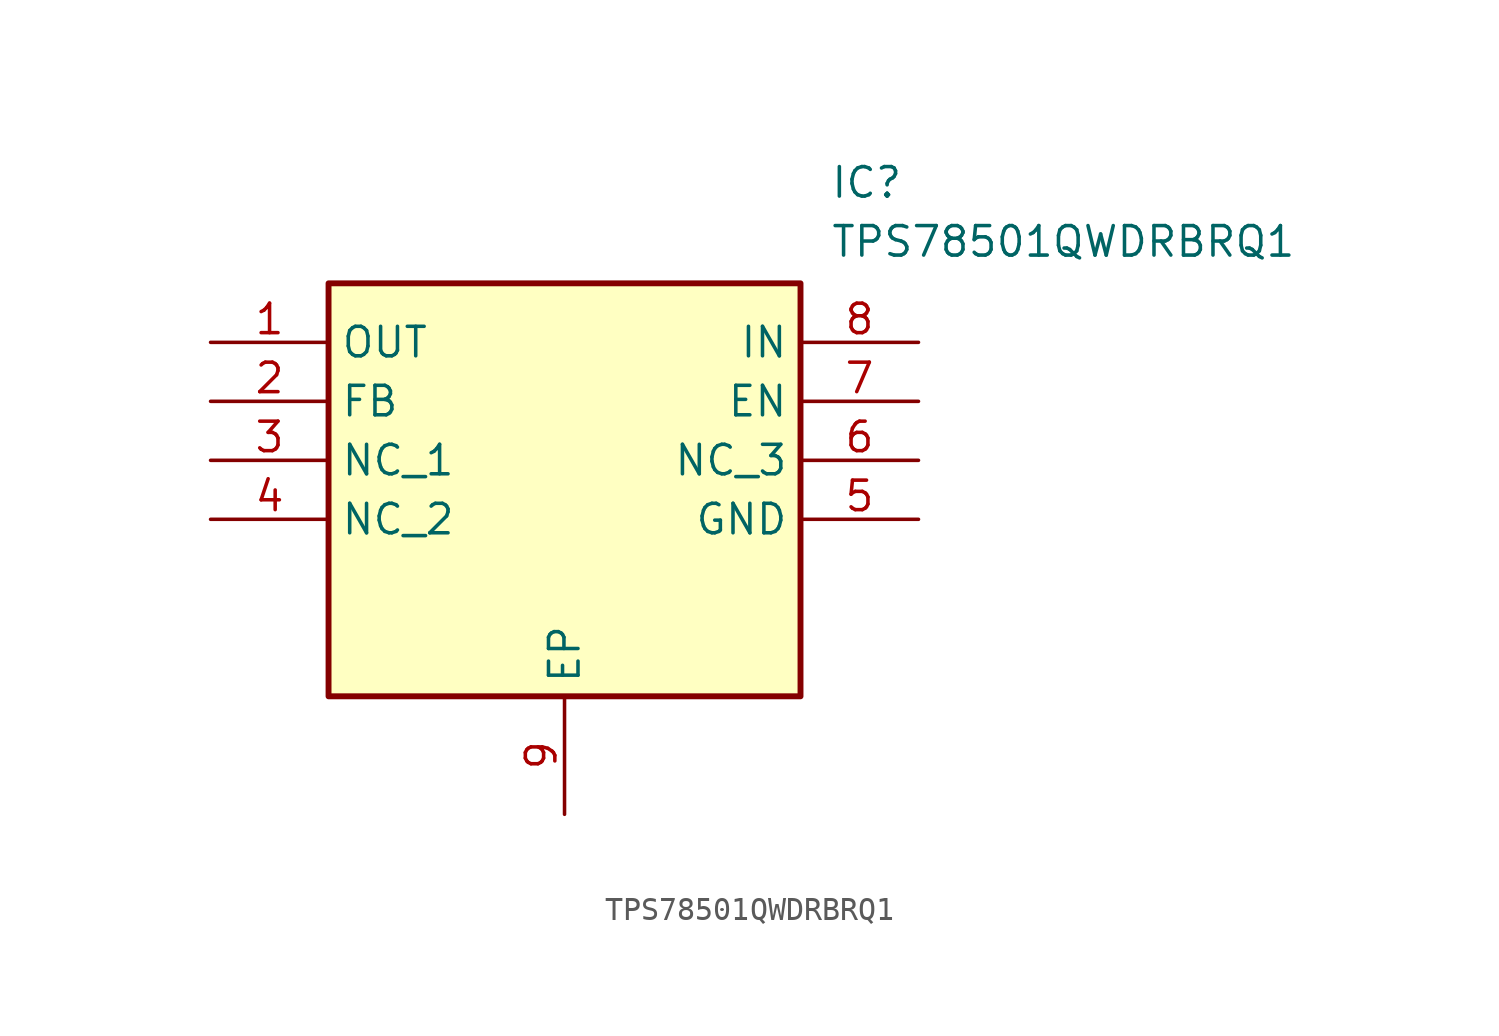
<source format=kicad_sym>
(kicad_symbol_lib
  (version 20211014)
  (generator SamacSys_ECAD_Model)
  (symbol "TPS78501QWDRBRQ1"
    (property "Reference" "IC"
      (at 26.67 7.62 0)
      (effects (font (size 1.27 1.27)) (justify left top)))
    (property "Value" "TPS78501QWDRBRQ1"
      (at 26.67 5.08 0)
      (effects (font (size 1.27 1.27)) (justify left top)))
    (rectangle
      (start 5.08 2.54)
      (end 25.4 -15.24)
      (stroke (width 0.254) (type default))
      (fill (type background)))
    (pin passive line
      (at 0 0 0)
      (length 5.08)
      (name "OUT" (effects (font (size 1.27 1.27))))
      (number "1" (effects (font (size 1.27 1.27)))))
    (pin passive line
      (at 0 -2.54 0)
      (length 5.08)
      (name "FB" (effects (font (size 1.27 1.27))))
      (number "2" (effects (font (size 1.27 1.27)))))
    (pin passive line
      (at 0 -5.08 0)
      (length 5.08)
      (name "NC_1" (effects (font (size 1.27 1.27))))
      (number "3" (effects (font (size 1.27 1.27)))))
    (pin passive line
      (at 0 -7.62 0)
      (length 5.08)
      (name "NC_2" (effects (font (size 1.27 1.27))))
      (number "4" (effects (font (size 1.27 1.27)))))
    (pin passive line
      (at 15.24 -20.32 90)
      (length 5.08)
      (name "EP" (effects (font (size 1.27 1.27))))
      (number "9" (effects (font (size 1.27 1.27)))))
    (pin passive line
      (at 30.48 0 180)
      (length 5.08)
      (name "IN" (effects (font (size 1.27 1.27))))
      (number "8" (effects (font (size 1.27 1.27)))))
    (pin passive line
      (at 30.48 -2.54 180)
      (length 5.08)
      (name "EN" (effects (font (size 1.27 1.27))))
      (number "7" (effects (font (size 1.27 1.27)))))
    (pin passive line
      (at 30.48 -5.08 180)
      (length 5.08)
      (name "NC_3" (effects (font (size 1.27 1.27))))
      (number "6" (effects (font (size 1.27 1.27)))))
    (pin passive line
      (at 30.48 -7.62 180)
      (length 5.08)
      (name "GND" (effects (font (size 1.27 1.27))))
      (number "5" (effects (font (size 1.27 1.27)))))))
</source>
